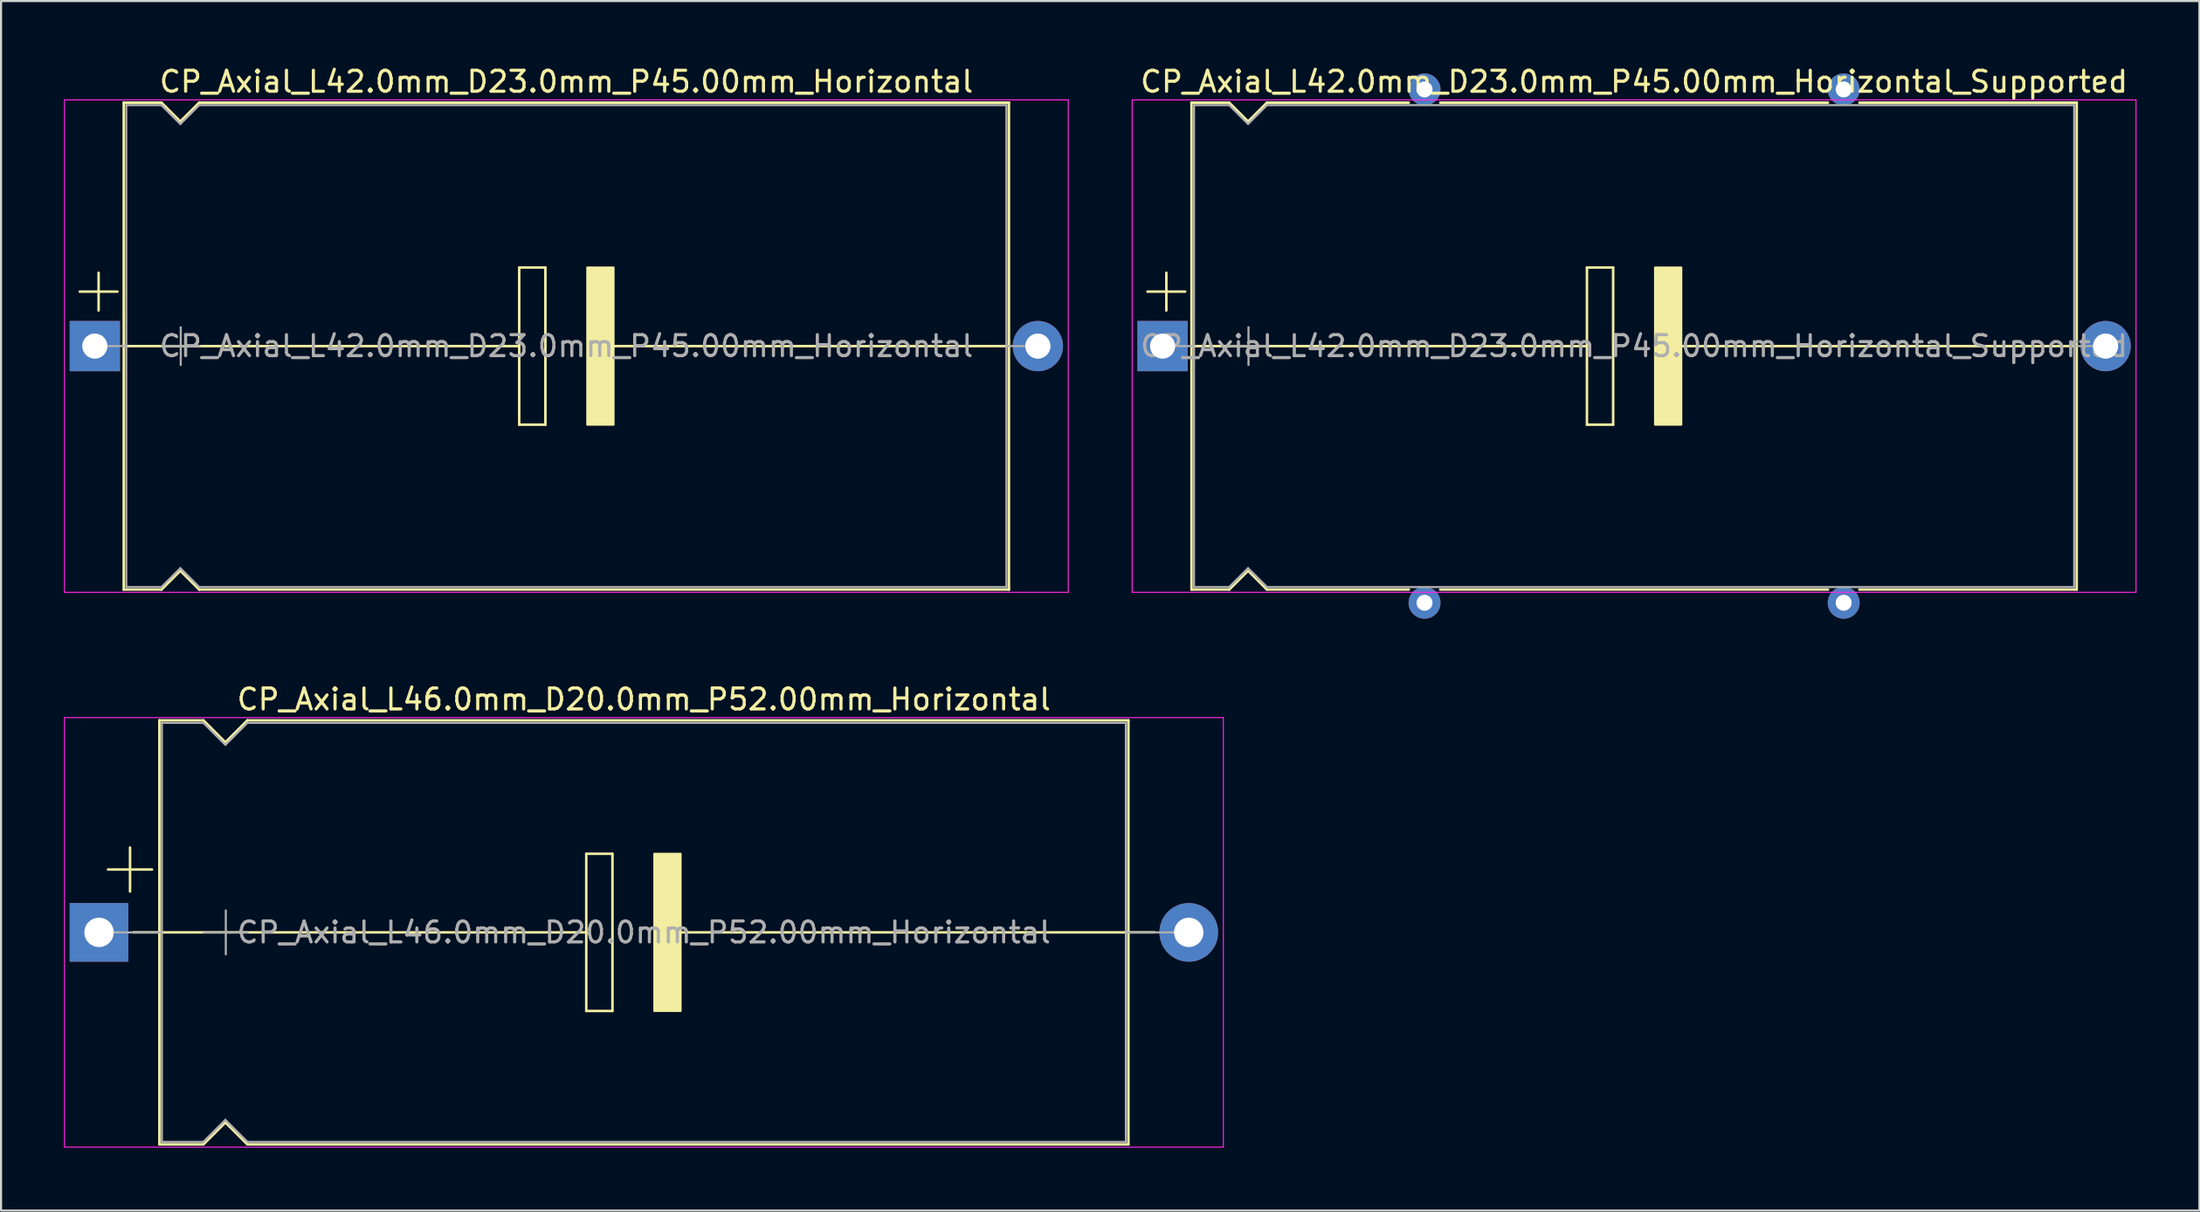
<source format=kicad_pcb>
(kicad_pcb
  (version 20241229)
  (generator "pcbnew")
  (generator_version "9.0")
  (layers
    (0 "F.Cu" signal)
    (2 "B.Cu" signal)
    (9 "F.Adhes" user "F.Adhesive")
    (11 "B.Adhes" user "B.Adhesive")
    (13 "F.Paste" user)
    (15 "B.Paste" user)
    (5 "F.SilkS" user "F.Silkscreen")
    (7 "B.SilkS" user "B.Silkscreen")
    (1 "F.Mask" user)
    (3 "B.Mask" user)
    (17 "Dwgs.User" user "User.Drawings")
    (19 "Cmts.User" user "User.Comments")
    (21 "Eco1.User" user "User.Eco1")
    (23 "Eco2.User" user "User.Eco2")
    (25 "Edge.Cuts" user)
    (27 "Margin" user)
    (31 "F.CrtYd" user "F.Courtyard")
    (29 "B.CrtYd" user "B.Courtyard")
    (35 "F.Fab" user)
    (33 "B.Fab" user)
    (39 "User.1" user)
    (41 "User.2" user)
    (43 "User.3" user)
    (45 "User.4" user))
  (footprint "CP_Axial_L42.0mm_D23.0mm_P45.00mm_Horizontal"
    (layer "F.Cu")
    (at 1.475 13.468)
    (property "Reference" "CP_Axial_L42.0mm_D23.0mm_P45.00mm_Horizontal" (at 22.5 -12.62 0) (layer "F.SilkS") (effects (font (size 1 1) (thickness 0.15))))
    (attr through_hole)
    (fp_line (start -0.72 -2.6) (end 1.08 -2.6) (stroke (width 0.12) (type solid)) (layer "F.SilkS"))
    (fp_line (start 0.18 -3.5) (end 0.18 -1.7) (stroke (width 0.12) (type solid)) (layer "F.SilkS"))
    (fp_line (start 1.38 -11.62) (end 1.38 11.62) (stroke (width 0.12) (type solid)) (layer "F.SilkS"))
    (fp_line (start 1.38 -11.62) (end 3.18 -11.62) (stroke (width 0.12) (type solid)) (layer "F.SilkS"))
    (fp_line (start 1.38 11.62) (end 3.18 11.62) (stroke (width 0.12) (type solid)) (layer "F.SilkS"))
    (fp_line (start 1.397 0) (end 20.25 0) (stroke (width 0.12) (type solid)) (layer "F.SilkS"))
    (fp_line (start 3.18 -11.62) (end 4.08 -10.72) (stroke (width 0.12) (type solid)) (layer "F.SilkS"))
    (fp_line (start 3.18 11.62) (end 4.08 10.72) (stroke (width 0.12) (type solid)) (layer "F.SilkS"))
    (fp_line (start 4.08 -10.72) (end 4.98 -11.62) (stroke (width 0.12) (type solid)) (layer "F.SilkS"))
    (fp_line (start 4.08 10.72) (end 4.98 11.62) (stroke (width 0.12) (type solid)) (layer "F.SilkS"))
    (fp_line (start 4.98 -11.62) (end 43.62 -11.62) (stroke (width 0.12) (type solid)) (layer "F.SilkS"))
    (fp_line (start 4.98 11.62) (end 43.62 11.62) (stroke (width 0.12) (type solid)) (layer "F.SilkS"))
    (fp_line (start 20.25 -3.75) (end 21.5 -3.75) (stroke (width 0.12) (type solid)) (layer "F.SilkS"))
    (fp_line (start 20.25 0) (end 20.25 -3.75) (stroke (width 0.12) (type solid)) (layer "F.SilkS"))
    (fp_line (start 20.25 3.75) (end 20.25 0) (stroke (width 0.12) (type solid)) (layer "F.SilkS"))
    (fp_line (start 21.5 -3.75) (end 21.5 3.75) (stroke (width 0.12) (type solid)) (layer "F.SilkS"))
    (fp_line (start 21.5 3.75) (end 20.25 3.75) (stroke (width 0.12) (type solid)) (layer "F.SilkS"))
    (fp_line (start 24.75 0) (end 43.561 0) (stroke (width 0.12) (type solid)) (layer "F.SilkS"))
    (fp_line (start 43.62 -11.62) (end 43.62 11.62) (stroke (width 0.12) (type solid)) (layer "F.SilkS"))
    (fp_poly (pts (xy 24.75 3.75) (xy 23.5 3.75) (xy 23.5 -3.75) (xy 24.75 -3.75)) (stroke (width 0.1) (type solid)) (fill yes) (layer "F.SilkS"))
    (fp_line (start -1.45 -11.75) (end -1.45 11.75) (stroke (width 0.05) (type solid)) (layer "F.CrtYd"))
    (fp_line (start -1.45 11.75) (end 46.45 11.75) (stroke (width 0.05) (type solid)) (layer "F.CrtYd"))
    (fp_line (start 46.45 -11.75) (end -1.45 -11.75) (stroke (width 0.05) (type solid)) (layer "F.CrtYd"))
    (fp_line (start 46.45 11.75) (end 46.45 -11.75) (stroke (width 0.05) (type solid)) (layer "F.CrtYd"))
    (fp_line (start 0 0) (end 1.5 0) (stroke (width 0.1) (type solid)) (layer "F.Fab"))
    (fp_line (start 1.5 -11.5) (end 1.5 11.5) (stroke (width 0.1) (type solid)) (layer "F.Fab"))
    (fp_line (start 1.5 -11.5) (end 3.18 -11.5) (stroke (width 0.1) (type solid)) (layer "F.Fab"))
    (fp_line (start 1.5 11.5) (end 3.18 11.5) (stroke (width 0.1) (type solid)) (layer "F.Fab"))
    (fp_line (start 3.18 -11.5) (end 4.08 -10.6) (stroke (width 0.1) (type solid)) (layer "F.Fab"))
    (fp_line (start 3.18 11.5) (end 4.08 10.6) (stroke (width 0.1) (type solid)) (layer "F.Fab"))
    (fp_line (start 3.2 0) (end 5 0) (stroke (width 0.1) (type solid)) (layer "F.Fab"))
    (fp_line (start 4.08 -10.6) (end 4.98 -11.5) (stroke (width 0.1) (type solid)) (layer "F.Fab"))
    (fp_line (start 4.08 10.6) (end 4.98 11.5) (stroke (width 0.1) (type solid)) (layer "F.Fab"))
    (fp_line (start 4.1 -0.9) (end 4.1 0.9) (stroke (width 0.1) (type solid)) (layer "F.Fab"))
    (fp_line (start 4.98 -11.5) (end 43.5 -11.5) (stroke (width 0.1) (type solid)) (layer "F.Fab"))
    (fp_line (start 4.98 11.5) (end 43.5 11.5) (stroke (width 0.1) (type solid)) (layer "F.Fab"))
    (fp_line (start 43.5 -11.5) (end 43.5 11.5) (stroke (width 0.1) (type solid)) (layer "F.Fab"))
    (fp_line (start 45 0) (end 43.5 0) (stroke (width 0.1) (type solid)) (layer "F.Fab"))
    (fp_text user "${REFERENCE}" (at 22.5 0 0) (layer "F.Fab") (effects (font (size 1 1) (thickness 0.15))))
    (pad "1" thru_hole rect (at 0 0) (size 2.4 2.4) (drill 1.2) (layers "*.Cu" "*.Mask"))
    (pad "2" thru_hole oval (at 45 0) (size 2.4 2.4) (drill 1.2) (layers "*.Cu" "*.Mask")))
  (footprint "CP_Axial_L46.0mm_D20.0mm_P52.00mm_Horizontal"
    (layer "F.Cu")
    (at 1.675 41.449)
    (property "Reference" "CP_Axial_L46.0mm_D20.0mm_P52.00mm_Horizontal" (at 26 -11.12 0) (layer "F.SilkS") (effects (font (size 1 1) (thickness 0.15))))
    (attr through_hole)
    (fp_line (start 0.43 -3) (end 2.53 -3) (stroke (width 0.12) (type solid)) (layer "F.SilkS"))
    (fp_line (start 1.48 -4.05) (end 1.48 -1.95) (stroke (width 0.12) (type solid)) (layer "F.SilkS"))
    (fp_line (start 1.64 0) (end 2.88 0) (stroke (width 0.12) (type solid)) (layer "F.SilkS"))
    (fp_line (start 2.88 -10.12) (end 2.88 10.12) (stroke (width 0.12) (type solid)) (layer "F.SilkS"))
    (fp_line (start 2.88 -10.12) (end 4.98 -10.12) (stroke (width 0.12) (type solid)) (layer "F.SilkS"))
    (fp_line (start 2.88 0) (end 23.25 0) (stroke (width 0.12) (type solid)) (layer "F.SilkS"))
    (fp_line (start 2.88 10.12) (end 4.98 10.12) (stroke (width 0.12) (type solid)) (layer "F.SilkS"))
    (fp_line (start 4.98 -10.12) (end 6.03 -9.07) (stroke (width 0.12) (type solid)) (layer "F.SilkS"))
    (fp_line (start 4.98 10.12) (end 6.03 9.07) (stroke (width 0.12) (type solid)) (layer "F.SilkS"))
    (fp_line (start 6.03 -9.07) (end 7.08 -10.12) (stroke (width 0.12) (type solid)) (layer "F.SilkS"))
    (fp_line (start 6.03 9.07) (end 7.08 10.12) (stroke (width 0.12) (type solid)) (layer "F.SilkS"))
    (fp_line (start 7.08 -10.12) (end 49.12 -10.12) (stroke (width 0.12) (type solid)) (layer "F.SilkS"))
    (fp_line (start 7.08 10.12) (end 49.12 10.12) (stroke (width 0.12) (type solid)) (layer "F.SilkS"))
    (fp_line (start 23.25 -3.75) (end 24.5 -3.75) (stroke (width 0.12) (type solid)) (layer "F.SilkS"))
    (fp_line (start 23.25 0) (end 23.25 -3.75) (stroke (width 0.12) (type solid)) (layer "F.SilkS"))
    (fp_line (start 23.25 3.75) (end 23.25 0) (stroke (width 0.12) (type solid)) (layer "F.SilkS"))
    (fp_line (start 24.5 -3.75) (end 24.5 3.75) (stroke (width 0.12) (type solid)) (layer "F.SilkS"))
    (fp_line (start 24.5 3.75) (end 23.25 3.75) (stroke (width 0.12) (type solid)) (layer "F.SilkS"))
    (fp_line (start 27.75 0) (end 49.12 0) (stroke (width 0.12) (type solid)) (layer "F.SilkS"))
    (fp_line (start 49.12 -10.12) (end 49.12 10.12) (stroke (width 0.12) (type solid)) (layer "F.SilkS"))
    (fp_line (start 50.36 0) (end 49.12 0) (stroke (width 0.12) (type solid)) (layer "F.SilkS"))
    (fp_poly (pts (xy 27.75 3.75) (xy 26.5 3.75) (xy 26.5 -3.75) (xy 27.75 -3.75)) (stroke (width 0.1) (type solid)) (fill yes) (layer "F.SilkS"))
    (fp_line (start -1.65 -10.25) (end -1.65 10.25) (stroke (width 0.05) (type solid)) (layer "F.CrtYd"))
    (fp_line (start -1.65 10.25) (end 53.65 10.25) (stroke (width 0.05) (type solid)) (layer "F.CrtYd"))
    (fp_line (start 53.65 -10.25) (end -1.65 -10.25) (stroke (width 0.05) (type solid)) (layer "F.CrtYd"))
    (fp_line (start 53.65 10.25) (end 53.65 -10.25) (stroke (width 0.05) (type solid)) (layer "F.CrtYd"))
    (fp_line (start 0 0) (end 3 0) (stroke (width 0.1) (type solid)) (layer "F.Fab"))
    (fp_line (start 3 -10) (end 3 10) (stroke (width 0.1) (type solid)) (layer "F.Fab"))
    (fp_line (start 3 -10) (end 4.98 -10) (stroke (width 0.1) (type solid)) (layer "F.Fab"))
    (fp_line (start 3 10) (end 4.98 10) (stroke (width 0.1) (type solid)) (layer "F.Fab"))
    (fp_line (start 4.98 -10) (end 6.03 -8.95) (stroke (width 0.1) (type solid)) (layer "F.Fab"))
    (fp_line (start 4.98 10) (end 6.03 8.95) (stroke (width 0.1) (type solid)) (layer "F.Fab"))
    (fp_line (start 5 0) (end 7.1 0) (stroke (width 0.1) (type solid)) (layer "F.Fab"))
    (fp_line (start 6.03 -8.95) (end 7.08 -10) (stroke (width 0.1) (type solid)) (layer "F.Fab"))
    (fp_line (start 6.03 8.95) (end 7.08 10) (stroke (width 0.1) (type solid)) (layer "F.Fab"))
    (fp_line (start 6.05 -1.05) (end 6.05 1.05) (stroke (width 0.1) (type solid)) (layer "F.Fab"))
    (fp_line (start 7.08 -10) (end 49 -10) (stroke (width 0.1) (type solid)) (layer "F.Fab"))
    (fp_line (start 7.08 10) (end 49 10) (stroke (width 0.1) (type solid)) (layer "F.Fab"))
    (fp_line (start 49 -10) (end 49 10) (stroke (width 0.1) (type solid)) (layer "F.Fab"))
    (fp_line (start 52 0) (end 49 0) (stroke (width 0.1) (type solid)) (layer "F.Fab"))
    (fp_text user "${REFERENCE}" (at 26 0 0) (layer "F.Fab") (effects (font (size 1 1) (thickness 0.15))))
    (pad "1" thru_hole rect (at 0 0) (size 2.8 2.8) (drill 1.4) (layers "*.Cu" "*.Mask"))
    (pad "2" thru_hole oval (at 52 0) (size 2.8 2.8) (drill 1.4) (layers "*.Cu" "*.Mask")))
  (footprint "CP_Axial_L42.0mm_D23.0mm_P45.00mm_Horizontal_Supported"
    (layer "F.Cu")
    (at 52.425 13.468)
    (property "Reference" "CP_Axial_L42.0mm_D23.0mm_P45.00mm_Horizontal_Supported" (at 22.5 -12.62 0) (layer "F.SilkS") (effects (font (size 1 1) (thickness 0.15))))
    (attr through_hole)
    (fp_line (start -0.72 -2.6) (end 1.08 -2.6) (stroke (width 0.12) (type solid)) (layer "F.SilkS"))
    (fp_line (start 0.18 -3.5) (end 0.18 -1.7) (stroke (width 0.12) (type solid)) (layer "F.SilkS"))
    (fp_line (start 1.38 -11.62) (end 1.38 11.62) (stroke (width 0.12) (type solid)) (layer "F.SilkS"))
    (fp_line (start 1.38 -11.62) (end 3.18 -11.62) (stroke (width 0.12) (type solid)) (layer "F.SilkS"))
    (fp_line (start 1.38 11.62) (end 3.18 11.62) (stroke (width 0.12) (type solid)) (layer "F.SilkS"))
    (fp_line (start 1.397 0) (end 20.25 0) (stroke (width 0.12) (type solid)) (layer "F.SilkS"))
    (fp_line (start 3.18 -11.62) (end 4.08 -10.72) (stroke (width 0.12) (type solid)) (layer "F.SilkS"))
    (fp_line (start 3.18 11.62) (end 4.08 10.72) (stroke (width 0.12) (type solid)) (layer "F.SilkS"))
    (fp_line (start 4.08 -10.72) (end 4.98 -11.62) (stroke (width 0.12) (type solid)) (layer "F.SilkS"))
    (fp_line (start 4.08 10.72) (end 4.98 11.62) (stroke (width 0.12) (type solid)) (layer "F.SilkS"))
    (fp_line (start 4.98 -11.62) (end 11.75 -11.62) (stroke (width 0.12) (type solid)) (layer "F.SilkS"))
    (fp_line (start 4.98 11.62) (end 11.75 11.62) (stroke (width 0.12) (type solid)) (layer "F.SilkS"))
    (fp_line (start 13.25 -11.62) (end 31.75 -11.62) (stroke (width 0.12) (type solid)) (layer "F.SilkS"))
    (fp_line (start 13.25 11.62) (end 31.75 11.62) (stroke (width 0.12) (type solid)) (layer "F.SilkS"))
    (fp_line (start 20.25 -3.75) (end 21.5 -3.75) (stroke (width 0.12) (type solid)) (layer "F.SilkS"))
    (fp_line (start 20.25 0) (end 20.25 -3.75) (stroke (width 0.12) (type solid)) (layer "F.SilkS"))
    (fp_line (start 20.25 3.75) (end 20.25 0) (stroke (width 0.12) (type solid)) (layer "F.SilkS"))
    (fp_line (start 21.5 -3.75) (end 21.5 3.75) (stroke (width 0.12) (type solid)) (layer "F.SilkS"))
    (fp_line (start 21.5 3.75) (end 20.25 3.75) (stroke (width 0.12) (type solid)) (layer "F.SilkS"))
    (fp_line (start 24.75 0) (end 43.561 0) (stroke (width 0.12) (type solid)) (layer "F.SilkS"))
    (fp_line (start 33.25 -11.62) (end 43.62 -11.62) (stroke (width 0.12) (type solid)) (layer "F.SilkS"))
    (fp_line (start 33.25 11.62) (end 43.62 11.62) (stroke (width 0.12) (type solid)) (layer "F.SilkS"))
    (fp_line (start 43.62 -11.62) (end 43.62 11.62) (stroke (width 0.12) (type solid)) (layer "F.SilkS"))
    (fp_poly (pts (xy 24.75 3.75) (xy 23.5 3.75) (xy 23.5 -3.75) (xy 24.75 -3.75)) (stroke (width 0.1) (type solid)) (fill yes) (layer "F.SilkS"))
    (fp_line (start -1.45 -11.75) (end -1.45 11.75) (stroke (width 0.05) (type solid)) (layer "F.CrtYd"))
    (fp_line (start -1.45 11.75) (end 46.45 11.75) (stroke (width 0.05) (type solid)) (layer "F.CrtYd"))
    (fp_line (start 46.45 -11.75) (end -1.45 -11.75) (stroke (width 0.05) (type solid)) (layer "F.CrtYd"))
    (fp_line (start 46.45 11.75) (end 46.45 -11.75) (stroke (width 0.05) (type solid)) (layer "F.CrtYd"))
    (fp_line (start 0 0) (end 1.5 0) (stroke (width 0.1) (type solid)) (layer "F.Fab"))
    (fp_line (start 1.5 -11.5) (end 1.5 11.5) (stroke (width 0.1) (type solid)) (layer "F.Fab"))
    (fp_line (start 1.5 -11.5) (end 3.18 -11.5) (stroke (width 0.1) (type solid)) (layer "F.Fab"))
    (fp_line (start 1.5 11.5) (end 3.18 11.5) (stroke (width 0.1) (type solid)) (layer "F.Fab"))
    (fp_line (start 3.18 -11.5) (end 4.08 -10.6) (stroke (width 0.1) (type solid)) (layer "F.Fab"))
    (fp_line (start 3.18 11.5) (end 4.08 10.6) (stroke (width 0.1) (type solid)) (layer "F.Fab"))
    (fp_line (start 3.2 0) (end 5 0) (stroke (width 0.1) (type solid)) (layer "F.Fab"))
    (fp_line (start 4.08 -10.6) (end 4.98 -11.5) (stroke (width 0.1) (type solid)) (layer "F.Fab"))
    (fp_line (start 4.08 10.6) (end 4.98 11.5) (stroke (width 0.1) (type solid)) (layer "F.Fab"))
    (fp_line (start 4.1 -0.9) (end 4.1 0.9) (stroke (width 0.1) (type solid)) (layer "F.Fab"))
    (fp_line (start 4.98 -11.5) (end 43.5 -11.5) (stroke (width 0.1) (type solid)) (layer "F.Fab"))
    (fp_line (start 4.98 11.5) (end 43.5 11.5) (stroke (width 0.1) (type solid)) (layer "F.Fab"))
    (fp_line (start 43.5 -11.5) (end 43.5 11.5) (stroke (width 0.1) (type solid)) (layer "F.Fab"))
    (fp_line (start 45 0) (end 43.5 0) (stroke (width 0.1) (type solid)) (layer "F.Fab"))
    (fp_text user "${REFERENCE}" (at 22.5 0 0) (layer "F.Fab") (effects (font (size 1 1) (thickness 0.15))))
    (pad "1" thru_hole rect (at 0 0) (size 2.4 2.4) (drill 1.2) (layers "*.Cu" "*.Mask"))
    (pad "2" thru_hole oval (at 45 0) (size 2.4 2.4) (drill 1.2) (layers "*.Cu" "*.Mask"))
    (pad "~" thru_hole circle (at 12.5 -12.25) (size 1.524 1.524) (drill 0.762) (layers "*.Cu" "*.Mask"))
    (pad "~" thru_hole circle (at 12.5 12.25) (size 1.524 1.524) (drill 0.762) (layers "*.Cu" "*.Mask"))
    (pad "~" thru_hole circle (at 32.5 -12.25) (size 1.524 1.524) (drill 0.762) (layers "*.Cu" "*.Mask"))
    (pad "~" thru_hole circle (at 32.5 12.25) (size 1.524 1.524) (drill 0.762) (layers "*.Cu" "*.Mask")))
  (gr_rect
    (start -3 -3)
    (end 101.9 54.724)
    (stroke (width 0.1) (type default))
    (fill no)
    (layer "Edge.Cuts")))
</source>
